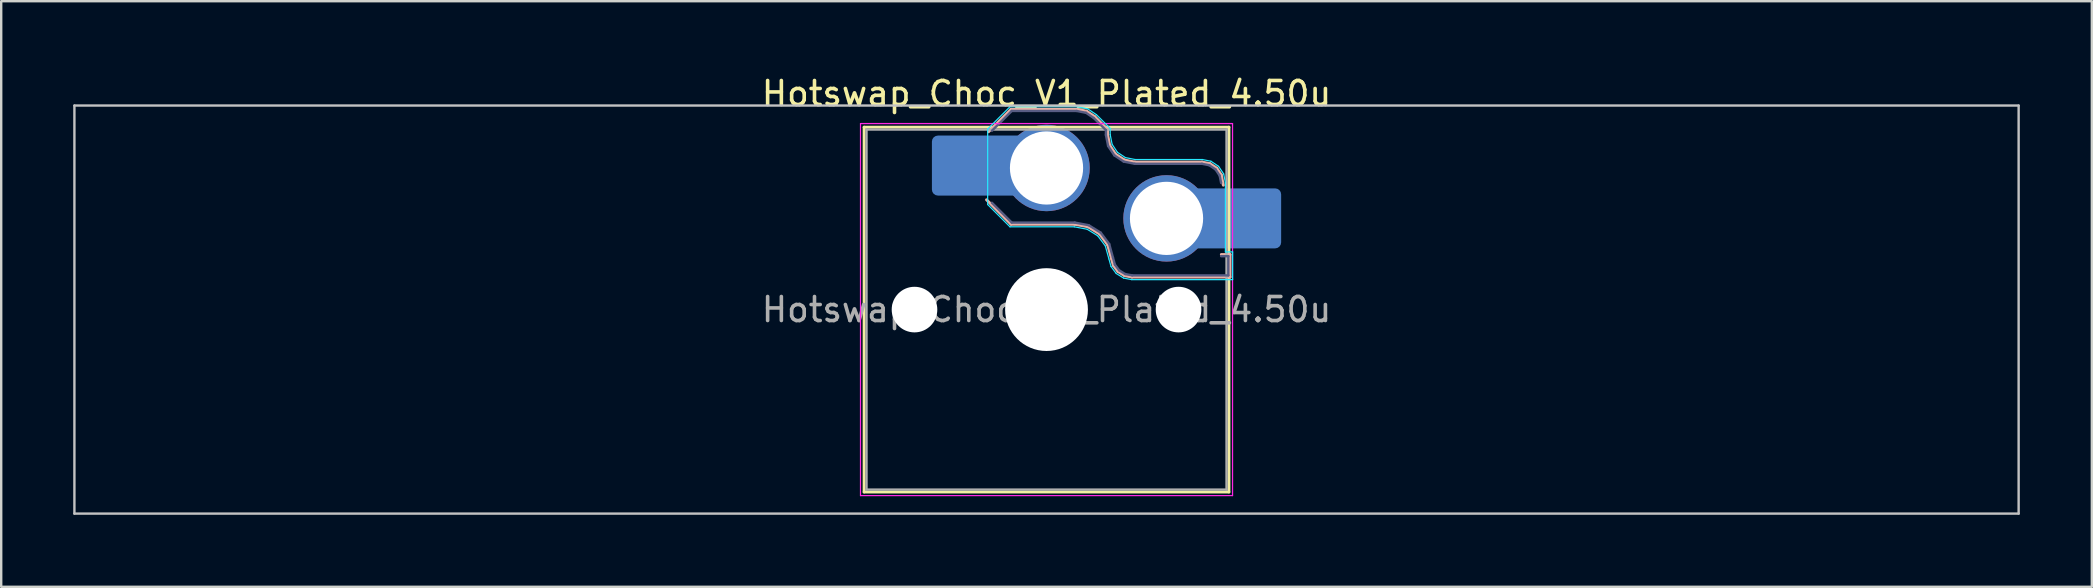
<source format=kicad_pcb>
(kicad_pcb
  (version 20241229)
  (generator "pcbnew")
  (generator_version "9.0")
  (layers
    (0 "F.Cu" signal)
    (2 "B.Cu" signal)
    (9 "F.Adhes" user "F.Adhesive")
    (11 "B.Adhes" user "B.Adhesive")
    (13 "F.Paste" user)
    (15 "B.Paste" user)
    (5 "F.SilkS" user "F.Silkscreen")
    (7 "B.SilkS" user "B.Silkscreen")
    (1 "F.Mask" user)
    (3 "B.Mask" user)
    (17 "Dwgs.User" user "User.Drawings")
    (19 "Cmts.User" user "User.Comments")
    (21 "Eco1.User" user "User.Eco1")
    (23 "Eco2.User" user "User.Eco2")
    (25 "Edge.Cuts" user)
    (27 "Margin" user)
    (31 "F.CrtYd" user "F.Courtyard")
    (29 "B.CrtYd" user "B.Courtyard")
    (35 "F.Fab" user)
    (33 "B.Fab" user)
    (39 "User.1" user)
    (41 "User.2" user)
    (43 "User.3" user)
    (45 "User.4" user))
  (footprint "Hotswap_Choc_V1_Plated_4.50u"
    (layer "F.Cu")
    (at 40.55 9.848)
    (property "Reference" "Hotswap_Choc_V1_Plated_4.50u" (at 0 -9 0) (layer "F.SilkS") (effects (font (size 1 1) (thickness 0.15))))
    (attr smd allow_soldermask_bridges)
    (fp_line (start -7.6 -7.6) (end -7.6 7.6) (stroke (width 0.12) (type solid)) (layer "F.SilkS"))
    (fp_line (start -7.6 7.6) (end 7.6 7.6) (stroke (width 0.12) (type solid)) (layer "F.SilkS"))
    (fp_line (start 7.6 -7.6) (end -7.6 -7.6) (stroke (width 0.12) (type solid)) (layer "F.SilkS"))
    (fp_line (start 7.6 7.6) (end 7.6 -7.6) (stroke (width 0.12) (type solid)) (layer "F.SilkS"))
    (fp_line (start -2.416 -7.409) (end -1.479 -8.346) (stroke (width 0.12) (type solid)) (layer "B.SilkS"))
    (fp_line (start -1.479 -8.346) (end 1.268 -8.346) (stroke (width 0.12) (type solid)) (layer "B.SilkS"))
    (fp_line (start -1.479 -3.554) (end -2.5 -4.575) (stroke (width 0.12) (type solid)) (layer "B.SilkS"))
    (fp_line (start 1.168 -3.554) (end -1.479 -3.554) (stroke (width 0.12) (type solid)) (layer "B.SilkS"))
    (fp_line (start 1.268 -8.346) (end 1.671 -8.266) (stroke (width 0.12) (type solid)) (layer "B.SilkS"))
    (fp_line (start 1.671 -8.266) (end 2.013 -8.037) (stroke (width 0.12) (type solid)) (layer "B.SilkS"))
    (fp_line (start 1.73 -3.449) (end 1.168 -3.554) (stroke (width 0.12) (type solid)) (layer "B.SilkS"))
    (fp_line (start 2.013 -8.037) (end 2.546 -7.504) (stroke (width 0.12) (type solid)) (layer "B.SilkS"))
    (fp_line (start 2.209 -3.15) (end 1.73 -3.449) (stroke (width 0.12) (type solid)) (layer "B.SilkS"))
    (fp_line (start 2.546 -7.504) (end 2.546 -7.282) (stroke (width 0.12) (type solid)) (layer "B.SilkS"))
    (fp_line (start 2.546 -7.282) (end 2.633 -6.844) (stroke (width 0.12) (type solid)) (layer "B.SilkS"))
    (fp_line (start 2.547 -2.697) (end 2.209 -3.15) (stroke (width 0.12) (type solid)) (layer "B.SilkS"))
    (fp_line (start 2.633 -6.844) (end 2.877 -6.477) (stroke (width 0.12) (type solid)) (layer "B.SilkS"))
    (fp_line (start 2.701 -2.139) (end 2.547 -2.697) (stroke (width 0.12) (type solid)) (layer "B.SilkS"))
    (fp_line (start 2.783 -1.841) (end 2.701 -2.139) (stroke (width 0.12) (type solid)) (layer "B.SilkS"))
    (fp_line (start 2.877 -6.477) (end 3.244 -6.233) (stroke (width 0.12) (type solid)) (layer "B.SilkS"))
    (fp_line (start 2.976 -1.583) (end 2.783 -1.841) (stroke (width 0.12) (type solid)) (layer "B.SilkS"))
    (fp_line (start 3.244 -6.233) (end 3.682 -6.146) (stroke (width 0.12) (type solid)) (layer "B.SilkS"))
    (fp_line (start 3.25 -1.413) (end 2.976 -1.583) (stroke (width 0.12) (type solid)) (layer "B.SilkS"))
    (fp_line (start 3.56 -1.354) (end 3.25 -1.413) (stroke (width 0.12) (type solid)) (layer "B.SilkS"))
    (fp_line (start 3.682 -6.146) (end 6.482 -6.146) (stroke (width 0.12) (type solid)) (layer "B.SilkS"))
    (fp_line (start 6.482 -6.146) (end 6.809 -6.081) (stroke (width 0.12) (type solid)) (layer "B.SilkS"))
    (fp_line (start 6.809 -6.081) (end 7.092 -5.892) (stroke (width 0.12) (type solid)) (layer "B.SilkS"))
    (fp_line (start 7.092 -5.892) (end 7.281 -5.609) (stroke (width 0.12) (type solid)) (layer "B.SilkS"))
    (fp_line (start 7.281 -5.609) (end 7.366 -5.182) (stroke (width 0.12) (type solid)) (layer "B.SilkS"))
    (fp_line (start 7.283 -2.296) (end 7.646 -2.296) (stroke (width 0.12) (type solid)) (layer "B.SilkS"))
    (fp_line (start 7.646 -2.296) (end 7.646 -1.354) (stroke (width 0.12) (type solid)) (layer "B.SilkS"))
    (fp_line (start 7.646 -1.354) (end 3.56 -1.354) (stroke (width 0.12) (type solid)) (layer "B.SilkS"))
    (fp_line (start -40.5 -8.5) (end -40.5 8.5) (stroke (width 0.1) (type solid)) (layer "Dwgs.User"))
    (fp_line (start -40.5 8.5) (end 40.5 8.5) (stroke (width 0.1) (type solid)) (layer "Dwgs.User"))
    (fp_line (start 40.5 -8.5) (end -40.5 -8.5) (stroke (width 0.1) (type solid)) (layer "Dwgs.User"))
    (fp_line (start 40.5 8.5) (end 40.5 -8.5) (stroke (width 0.1) (type solid)) (layer "Dwgs.User"))
    (fp_line (start -7.25 -7.25) (end -7.25 7.25) (stroke (width 0.1) (type solid)) (layer "Eco1.User"))
    (fp_line (start -7.25 7.25) (end 7.25 7.25) (stroke (width 0.1) (type solid)) (layer "Eco1.User"))
    (fp_line (start 7.25 -7.25) (end -7.25 -7.25) (stroke (width 0.1) (type solid)) (layer "Eco1.User"))
    (fp_line (start 7.25 7.25) (end 7.25 -7.25) (stroke (width 0.1) (type solid)) (layer "Eco1.User"))
    (fp_line (start -2.452 -7.523) (end -1.523 -8.452) (stroke (width 0.05) (type solid)) (layer "B.CrtYd"))
    (fp_line (start -2.452 -4.377) (end -2.452 -7.523) (stroke (width 0.05) (type solid)) (layer "B.CrtYd"))
    (fp_line (start -1.523 -8.452) (end 1.278 -8.452) (stroke (width 0.05) (type solid)) (layer "B.CrtYd"))
    (fp_line (start -1.523 -3.448) (end -2.452 -4.377) (stroke (width 0.05) (type solid)) (layer "B.CrtYd"))
    (fp_line (start 1.159 -3.448) (end -1.523 -3.448) (stroke (width 0.05) (type solid)) (layer "B.CrtYd"))
    (fp_line (start 1.278 -8.452) (end 1.712 -8.366) (stroke (width 0.05) (type solid)) (layer "B.CrtYd"))
    (fp_line (start 1.691 -3.348) (end 1.159 -3.448) (stroke (width 0.05) (type solid)) (layer "B.CrtYd"))
    (fp_line (start 1.712 -8.366) (end 2.081 -8.119) (stroke (width 0.05) (type solid)) (layer "B.CrtYd"))
    (fp_line (start 2.081 -8.119) (end 2.652 -7.548) (stroke (width 0.05) (type solid)) (layer "B.CrtYd"))
    (fp_line (start 2.136 -3.071) (end 1.691 -3.348) (stroke (width 0.05) (type solid)) (layer "B.CrtYd"))
    (fp_line (start 2.45 -2.65) (end 2.136 -3.071) (stroke (width 0.05) (type solid)) (layer "B.CrtYd"))
    (fp_line (start 2.599 -2.111) (end 2.45 -2.65) (stroke (width 0.05) (type solid)) (layer "B.CrtYd"))
    (fp_line (start 2.652 -7.548) (end 2.652 -7.292) (stroke (width 0.05) (type solid)) (layer "B.CrtYd"))
    (fp_line (start 2.652 -7.292) (end 2.733 -6.885) (stroke (width 0.05) (type solid)) (layer "B.CrtYd"))
    (fp_line (start 2.687 -1.794) (end 2.599 -2.111) (stroke (width 0.05) (type solid)) (layer "B.CrtYd"))
    (fp_line (start 2.733 -6.885) (end 2.953 -6.553) (stroke (width 0.05) (type solid)) (layer "B.CrtYd"))
    (fp_line (start 2.903 -1.503) (end 2.687 -1.794) (stroke (width 0.05) (type solid)) (layer "B.CrtYd"))
    (fp_line (start 2.953 -6.553) (end 3.285 -6.333) (stroke (width 0.05) (type solid)) (layer "B.CrtYd"))
    (fp_line (start 3.211 -1.312) (end 2.903 -1.503) (stroke (width 0.05) (type solid)) (layer "B.CrtYd"))
    (fp_line (start 3.285 -6.333) (end 3.692 -6.252) (stroke (width 0.05) (type solid)) (layer "B.CrtYd"))
    (fp_line (start 3.55 -1.248) (end 3.211 -1.312) (stroke (width 0.05) (type solid)) (layer "B.CrtYd"))
    (fp_line (start 3.692 -6.252) (end 6.492 -6.252) (stroke (width 0.05) (type solid)) (layer "B.CrtYd"))
    (fp_line (start 6.492 -6.252) (end 6.85 -6.181) (stroke (width 0.05) (type solid)) (layer "B.CrtYd"))
    (fp_line (start 6.85 -6.181) (end 7.168 -5.968) (stroke (width 0.05) (type solid)) (layer "B.CrtYd"))
    (fp_line (start 7.168 -5.968) (end 7.381 -5.65) (stroke (width 0.05) (type solid)) (layer "B.CrtYd"))
    (fp_line (start 7.381 -5.65) (end 7.452 -5.292) (stroke (width 0.05) (type solid)) (layer "B.CrtYd"))
    (fp_line (start 7.452 -5.292) (end 7.452 -2.402) (stroke (width 0.05) (type solid)) (layer "B.CrtYd"))
    (fp_line (start 7.452 -2.402) (end 7.752 -2.402) (stroke (width 0.05) (type solid)) (layer "B.CrtYd"))
    (fp_line (start 7.752 -2.402) (end 7.752 -1.248) (stroke (width 0.05) (type solid)) (layer "B.CrtYd"))
    (fp_line (start 7.752 -1.248) (end 3.55 -1.248) (stroke (width 0.05) (type solid)) (layer "B.CrtYd"))
    (fp_line (start -7.75 -7.75) (end -7.75 7.75) (stroke (width 0.05) (type solid)) (layer "F.CrtYd"))
    (fp_line (start -7.75 7.75) (end 7.75 7.75) (stroke (width 0.05) (type solid)) (layer "F.CrtYd"))
    (fp_line (start 7.75 -7.75) (end -7.75 -7.75) (stroke (width 0.05) (type solid)) (layer "F.CrtYd"))
    (fp_line (start 7.75 7.75) (end 7.75 -7.75) (stroke (width 0.05) (type solid)) (layer "F.CrtYd"))
    (fp_line (start -2.275 -7.45) (end -1.45 -8.275) (stroke (width 0.1) (type solid)) (layer "B.Fab"))
    (fp_line (start -1.45 -8.275) (end 1.261 -8.275) (stroke (width 0.1) (type solid)) (layer "B.Fab"))
    (fp_line (start -1.45 -3.625) (end -2.275 -4.45) (stroke (width 0.1) (type solid)) (layer "B.Fab"))
    (fp_line (start 1.175 -3.625) (end -1.45 -3.625) (stroke (width 0.1) (type solid)) (layer "B.Fab"))
    (fp_line (start 1.261 -8.275) (end 1.643 -8.199) (stroke (width 0.1) (type solid)) (layer "B.Fab"))
    (fp_line (start 1.643 -8.199) (end 1.968 -7.982) (stroke (width 0.1) (type solid)) (layer "B.Fab"))
    (fp_line (start 1.756 -3.516) (end 1.175 -3.625) (stroke (width 0.1) (type solid)) (layer "B.Fab"))
    (fp_line (start 1.968 -7.982) (end 2.475 -7.475) (stroke (width 0.1) (type solid)) (layer "B.Fab"))
    (fp_line (start 2.258 -3.203) (end 1.756 -3.516) (stroke (width 0.1) (type solid)) (layer "B.Fab"))
    (fp_line (start 2.475 -7.475) (end 2.475 -7.275) (stroke (width 0.1) (type solid)) (layer "B.Fab"))
    (fp_line (start 2.475 -7.275) (end 2.566 -6.816) (stroke (width 0.1) (type solid)) (layer "B.Fab"))
    (fp_line (start 2.566 -6.816) (end 2.826 -6.426) (stroke (width 0.1) (type solid)) (layer "B.Fab"))
    (fp_line (start 2.612 -2.729) (end 2.258 -3.203) (stroke (width 0.1) (type solid)) (layer "B.Fab"))
    (fp_line (start 2.769 -2.158) (end 2.612 -2.729) (stroke (width 0.1) (type solid)) (layer "B.Fab"))
    (fp_line (start 2.826 -6.426) (end 3.216 -6.166) (stroke (width 0.1) (type solid)) (layer "B.Fab"))
    (fp_line (start 2.848 -1.873) (end 2.769 -2.158) (stroke (width 0.1) (type solid)) (layer "B.Fab"))
    (fp_line (start 3.025 -1.636) (end 2.848 -1.873) (stroke (width 0.1) (type solid)) (layer "B.Fab"))
    (fp_line (start 3.216 -6.166) (end 3.675 -6.075) (stroke (width 0.1) (type solid)) (layer "B.Fab"))
    (fp_line (start 3.276 -1.48) (end 3.025 -1.636) (stroke (width 0.1) (type solid)) (layer "B.Fab"))
    (fp_line (start 3.567 -1.425) (end 3.276 -1.48) (stroke (width 0.1) (type solid)) (layer "B.Fab"))
    (fp_line (start 3.675 -6.075) (end 6.475 -6.075) (stroke (width 0.1) (type solid)) (layer "B.Fab"))
    (fp_line (start 6.475 -6.075) (end 6.781 -6.014) (stroke (width 0.1) (type solid)) (layer "B.Fab"))
    (fp_line (start 6.781 -6.014) (end 7.041 -5.841) (stroke (width 0.1) (type solid)) (layer "B.Fab"))
    (fp_line (start 7.041 -5.841) (end 7.214 -5.581) (stroke (width 0.1) (type solid)) (layer "B.Fab"))
    (fp_line (start 7.214 -5.581) (end 7.275 -5.275) (stroke (width 0.1) (type solid)) (layer "B.Fab"))
    (fp_line (start 7.275 -2.225) (end 7.575 -2.225) (stroke (width 0.1) (type solid)) (layer "B.Fab"))
    (fp_line (start 7.575 -2.225) (end 7.575 -1.425) (stroke (width 0.1) (type solid)) (layer "B.Fab"))
    (fp_line (start 7.575 -1.425) (end 3.567 -1.425) (stroke (width 0.1) (type solid)) (layer "B.Fab"))
    (fp_line (start -7.5 -7.5) (end -7.5 7.5) (stroke (width 0.1) (type solid)) (layer "F.Fab"))
    (fp_line (start -7.5 7.5) (end 7.5 7.5) (stroke (width 0.1) (type solid)) (layer "F.Fab"))
    (fp_line (start 7.5 -7.5) (end -7.5 -7.5) (stroke (width 0.1) (type solid)) (layer "F.Fab"))
    (fp_line (start 7.5 7.5) (end 7.5 -7.5) (stroke (width 0.1) (type solid)) (layer "F.Fab"))
    (fp_text user "${REFERENCE}" (at 0 0 0) (layer "F.Fab") (effects (font (size 1 1) (thickness 0.15))))
    (pad "" np_thru_hole circle (at -5.5 0) (size 1.9 1.9) (drill 1.9) (layers "*.Cu" "*.Mask"))
    (pad "" smd roundrect (at -3.5 -6) (size 2.55 2.5) (layers "B.Mask" "B.Paste") (roundrect_rratio 0.1))
    (pad "" np_thru_hole circle (at 0 0) (size 3.45 3.45) (drill 3.45) (layers "*.Cu" "*.Mask"))
    (pad "" np_thru_hole circle (at 5.5 0) (size 1.9 1.9) (drill 1.9) (layers "*.Cu" "*.Mask"))
    (pad "" smd roundrect (at 8.5 -3.8) (size 2.55 2.5) (layers "B.Mask" "B.Paste") (roundrect_rratio 0.1))
    (pad "1" smd roundrect (at -2.85 -6) (size 3.85 2.5) (layers "B.Cu") (roundrect_rratio 0.1))
    (pad "1" thru_hole circle (at 0 -5.9) (size 3.6 3.6) (drill 3.05) (layers "*.Cu" "*.Mask"))
    (pad "2" thru_hole circle (at 5 -3.8) (size 3.6 3.6) (drill 3.05) (layers "*.Cu" "*.Mask"))
    (pad "2" smd roundrect (at 7.85 -3.8) (size 3.85 2.5) (layers "B.Cu") (roundrect_rratio 0.1)))
  (gr_rect
    (start -3 -3)
    (end 84.1 21.398)
    (stroke (width 0.1) (type default))
    (fill no)
    (layer "Edge.Cuts")))
</source>
